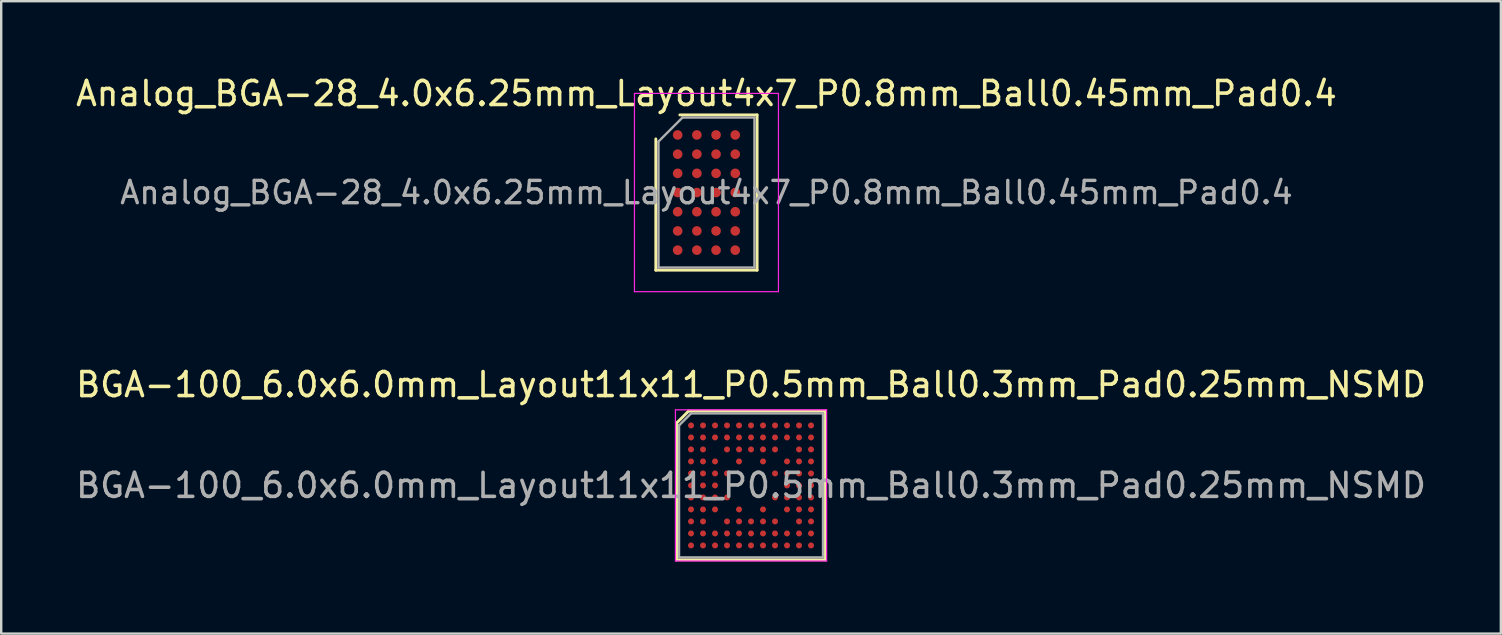
<source format=kicad_pcb>
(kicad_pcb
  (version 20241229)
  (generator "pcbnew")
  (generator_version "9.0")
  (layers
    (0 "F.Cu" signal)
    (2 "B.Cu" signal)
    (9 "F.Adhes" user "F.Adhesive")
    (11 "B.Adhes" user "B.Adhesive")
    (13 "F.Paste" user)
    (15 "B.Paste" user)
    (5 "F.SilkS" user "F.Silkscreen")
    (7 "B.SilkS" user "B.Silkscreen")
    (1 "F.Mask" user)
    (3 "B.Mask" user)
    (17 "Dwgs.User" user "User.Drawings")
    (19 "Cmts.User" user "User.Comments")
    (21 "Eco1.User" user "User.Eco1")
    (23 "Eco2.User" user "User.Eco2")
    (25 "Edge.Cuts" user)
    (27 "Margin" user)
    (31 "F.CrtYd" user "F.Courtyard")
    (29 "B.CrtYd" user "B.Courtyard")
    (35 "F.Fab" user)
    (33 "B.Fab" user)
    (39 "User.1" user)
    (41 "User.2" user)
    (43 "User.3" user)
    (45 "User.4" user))
  (footprint "Analog_BGA-28_4.0x6.25mm_Layout4x7_P0.8mm_Ball0.45mm_Pad0.4"
    (layer "F.Cu")
    (at 26.387 4.973)
    (property "Reference" "Analog_BGA-28_4.0x6.25mm_Layout4x7_P0.8mm_Ball0.45mm_Pad0.4" (at 0 -4.125 0) (layer "F.SilkS") (effects (font (size 1 1) (thickness 0.15))))
    (attr smd)
    (fp_line (start -2.11 3.235) (end -2.11 -2.235) (stroke (width 0.12) (type solid)) (layer "F.SilkS"))
    (fp_line (start -1.11 -3.235) (end 2.11 -3.235) (stroke (width 0.12) (type solid)) (layer "F.SilkS"))
    (fp_line (start 2.11 -3.235) (end 2.11 3.235) (stroke (width 0.12) (type solid)) (layer "F.SilkS"))
    (fp_line (start 2.11 3.235) (end -2.11 3.235) (stroke (width 0.12) (type solid)) (layer "F.SilkS"))
    (fp_line (start -3 -4.13) (end -3 4.13) (stroke (width 0.05) (type solid)) (layer "F.CrtYd"))
    (fp_line (start -3 4.13) (end 3 4.13) (stroke (width 0.05) (type solid)) (layer "F.CrtYd"))
    (fp_line (start 3 -4.13) (end -3 -4.13) (stroke (width 0.05) (type solid)) (layer "F.CrtYd"))
    (fp_line (start 3 4.13) (end 3 -4.13) (stroke (width 0.05) (type solid)) (layer "F.CrtYd"))
    (fp_line (start -2 -2.125) (end -1 -3.125) (stroke (width 0.1) (type solid)) (layer "F.Fab"))
    (fp_line (start -2 3.125) (end -2 -2.125) (stroke (width 0.1) (type solid)) (layer "F.Fab"))
    (fp_line (start -1 -3.125) (end 2 -3.125) (stroke (width 0.1) (type solid)) (layer "F.Fab"))
    (fp_line (start 2 -3.125) (end 2 3.125) (stroke (width 0.1) (type solid)) (layer "F.Fab"))
    (fp_line (start 2 3.125) (end -2 3.125) (stroke (width 0.1) (type solid)) (layer "F.Fab"))
    (fp_text user "${REFERENCE}" (at 0 0 0) (layer "F.Fab") (effects (font (size 0.93 0.93) (thickness 0.14))))
    (pad "A1" smd circle (at -1.2 -2.4) (size 0.4 0.4) (layers "F.Cu" "F.Mask" "F.Paste"))
    (pad "A2" smd circle (at -0.4 -2.4) (size 0.4 0.4) (layers "F.Cu" "F.Mask" "F.Paste"))
    (pad "A3" smd circle (at 0.4 -2.4) (size 0.4 0.4) (layers "F.Cu" "F.Mask" "F.Paste"))
    (pad "A4" smd circle (at 1.2 -2.4) (size 0.4 0.4) (layers "F.Cu" "F.Mask" "F.Paste"))
    (pad "B1" smd circle (at -1.2 -1.6) (size 0.4 0.4) (layers "F.Cu" "F.Mask" "F.Paste"))
    (pad "B2" smd circle (at -0.4 -1.6) (size 0.4 0.4) (layers "F.Cu" "F.Mask" "F.Paste"))
    (pad "B3" smd circle (at 0.4 -1.6) (size 0.4 0.4) (layers "F.Cu" "F.Mask" "F.Paste"))
    (pad "B4" smd circle (at 1.2 -1.6) (size 0.4 0.4) (layers "F.Cu" "F.Mask" "F.Paste"))
    (pad "C1" smd circle (at -1.2 -0.8) (size 0.4 0.4) (layers "F.Cu" "F.Mask" "F.Paste"))
    (pad "C2" smd circle (at -0.4 -0.8) (size 0.4 0.4) (layers "F.Cu" "F.Mask" "F.Paste"))
    (pad "C3" smd circle (at 0.4 -0.8) (size 0.4 0.4) (layers "F.Cu" "F.Mask" "F.Paste"))
    (pad "C4" smd circle (at 1.2 -0.8) (size 0.4 0.4) (layers "F.Cu" "F.Mask" "F.Paste"))
    (pad "D1" smd circle (at -1.2 0) (size 0.4 0.4) (layers "F.Cu" "F.Mask" "F.Paste"))
    (pad "D2" smd circle (at -0.4 0) (size 0.4 0.4) (layers "F.Cu" "F.Mask" "F.Paste"))
    (pad "D3" smd circle (at 0.4 0) (size 0.4 0.4) (layers "F.Cu" "F.Mask" "F.Paste"))
    (pad "D4" smd circle (at 1.2 0) (size 0.4 0.4) (layers "F.Cu" "F.Mask" "F.Paste"))
    (pad "E1" smd circle (at -1.2 0.8) (size 0.4 0.4) (layers "F.Cu" "F.Mask" "F.Paste"))
    (pad "E2" smd circle (at -0.4 0.8) (size 0.4 0.4) (layers "F.Cu" "F.Mask" "F.Paste"))
    (pad "E3" smd circle (at 0.4 0.8) (size 0.4 0.4) (layers "F.Cu" "F.Mask" "F.Paste"))
    (pad "E4" smd circle (at 1.2 0.8) (size 0.4 0.4) (layers "F.Cu" "F.Mask" "F.Paste"))
    (pad "F1" smd circle (at -1.2 1.6) (size 0.4 0.4) (layers "F.Cu" "F.Mask" "F.Paste"))
    (pad "F2" smd circle (at -0.4 1.6) (size 0.4 0.4) (layers "F.Cu" "F.Mask" "F.Paste"))
    (pad "F3" smd circle (at 0.4 1.6) (size 0.4 0.4) (layers "F.Cu" "F.Mask" "F.Paste"))
    (pad "F4" smd circle (at 1.2 1.6) (size 0.4 0.4) (layers "F.Cu" "F.Mask" "F.Paste"))
    (pad "G1" smd circle (at -1.2 2.4) (size 0.4 0.4) (layers "F.Cu" "F.Mask" "F.Paste"))
    (pad "G2" smd circle (at -0.4 2.4) (size 0.4 0.4) (layers "F.Cu" "F.Mask" "F.Paste"))
    (pad "G3" smd circle (at 0.4 2.4) (size 0.4 0.4) (layers "F.Cu" "F.Mask" "F.Paste"))
    (pad "G4" smd circle (at 1.2 2.4) (size 0.4 0.4) (layers "F.Cu" "F.Mask" "F.Paste")))
  (footprint "BGA-100_6.0x6.0mm_Layout11x11_P0.5mm_Ball0.3mm_Pad0.25mm_NSMD"
    (layer "F.Cu")
    (at 28.244 17.177)
    (property "Reference" "BGA-100_6.0x6.0mm_Layout11x11_P0.5mm_Ball0.3mm_Pad0.25mm_NSMD" (at 0 -4.2 0) (layer "F.SilkS") (effects (font (size 1 1) (thickness 0.15))))
    (attr smd)
    (fp_line (start -3.1 -2.6) (end -3.1 3.1) (stroke (width 0.12) (type solid)) (layer "F.SilkS"))
    (fp_line (start -3.1 3.1) (end 3.1 3.1) (stroke (width 0.12) (type solid)) (layer "F.SilkS"))
    (fp_line (start -2.6 -3.1) (end -3.1 -2.6) (stroke (width 0.12) (type solid)) (layer "F.SilkS"))
    (fp_line (start 3.1 -3.1) (end -2.6 -3.1) (stroke (width 0.12) (type solid)) (layer "F.SilkS"))
    (fp_line (start 3.1 3.1) (end 3.1 -3.1) (stroke (width 0.12) (type solid)) (layer "F.SilkS"))
    (fp_line (start -3.15 -3.15) (end 3.15 -3.15) (stroke (width 0.05) (type solid)) (layer "F.CrtYd"))
    (fp_line (start -3.15 3.15) (end -3.15 -3.15) (stroke (width 0.05) (type solid)) (layer "F.CrtYd"))
    (fp_line (start 3.15 -3.15) (end 3.15 3.15) (stroke (width 0.05) (type solid)) (layer "F.CrtYd"))
    (fp_line (start 3.15 3.15) (end -3.15 3.15) (stroke (width 0.05) (type solid)) (layer "F.CrtYd"))
    (fp_line (start -3 -2.5) (end -3 3) (stroke (width 0.1) (type solid)) (layer "F.Fab"))
    (fp_line (start -3 3) (end 3 3) (stroke (width 0.1) (type solid)) (layer "F.Fab"))
    (fp_line (start -2.5 -3) (end -3 -2.5) (stroke (width 0.1) (type solid)) (layer "F.Fab"))
    (fp_line (start 3 -3) (end -2.5 -3) (stroke (width 0.1) (type solid)) (layer "F.Fab"))
    (fp_line (start 3 3) (end 3 -3) (stroke (width 0.1) (type solid)) (layer "F.Fab"))
    (fp_text user "${REFERENCE}" (at 0 0 0) (layer "F.Fab") (effects (font (size 1 1) (thickness 0.15))))
    (pad "A1" smd circle (at -2.5 -2.5) (size 0.25 0.25) (layers "F.Cu" "F.Mask" "F.Paste"))
    (pad "A2" smd circle (at -2 -2.5) (size 0.25 0.25) (layers "F.Cu" "F.Mask" "F.Paste"))
    (pad "A3" smd circle (at -1.5 -2.5) (size 0.25 0.25) (layers "F.Cu" "F.Mask" "F.Paste"))
    (pad "A4" smd circle (at -1 -2.5) (size 0.25 0.25) (layers "F.Cu" "F.Mask" "F.Paste"))
    (pad "A5" smd circle (at -0.5 -2.5) (size 0.25 0.25) (layers "F.Cu" "F.Mask" "F.Paste"))
    (pad "A6" smd circle (at 0 -2.5) (size 0.25 0.25) (layers "F.Cu" "F.Mask" "F.Paste"))
    (pad "A7" smd circle (at 0.5 -2.5) (size 0.25 0.25) (layers "F.Cu" "F.Mask" "F.Paste"))
    (pad "A8" smd circle (at 1 -2.5) (size 0.25 0.25) (layers "F.Cu" "F.Mask" "F.Paste"))
    (pad "A9" smd circle (at 1.5 -2.5) (size 0.25 0.25) (layers "F.Cu" "F.Mask" "F.Paste"))
    (pad "A10" smd circle (at 2 -2.5) (size 0.25 0.25) (layers "F.Cu" "F.Mask" "F.Paste"))
    (pad "A11" smd circle (at 2.5 -2.5) (size 0.25 0.25) (layers "F.Cu" "F.Mask" "F.Paste"))
    (pad "B1" smd circle (at -2.5 -2) (size 0.25 0.25) (layers "F.Cu" "F.Mask" "F.Paste"))
    (pad "B2" smd circle (at -2 -2) (size 0.25 0.25) (layers "F.Cu" "F.Mask" "F.Paste"))
    (pad "B3" smd circle (at -1.5 -2) (size 0.25 0.25) (layers "F.Cu" "F.Mask" "F.Paste"))
    (pad "B4" smd circle (at -1 -2) (size 0.25 0.25) (layers "F.Cu" "F.Mask" "F.Paste"))
    (pad "B5" smd circle (at -0.5 -2) (size 0.25 0.25) (layers "F.Cu" "F.Mask" "F.Paste"))
    (pad "B6" smd circle (at 0 -2) (size 0.25 0.25) (layers "F.Cu" "F.Mask" "F.Paste"))
    (pad "B7" smd circle (at 0.5 -2) (size 0.25 0.25) (layers "F.Cu" "F.Mask" "F.Paste"))
    (pad "B8" smd circle (at 1 -2) (size 0.25 0.25) (layers "F.Cu" "F.Mask" "F.Paste"))
    (pad "B9" smd circle (at 1.5 -2) (size 0.25 0.25) (layers "F.Cu" "F.Mask" "F.Paste"))
    (pad "B10" smd circle (at 2 -2) (size 0.25 0.25) (layers "F.Cu" "F.Mask" "F.Paste"))
    (pad "B11" smd circle (at 2.5 -2) (size 0.25 0.25) (layers "F.Cu" "F.Mask" "F.Paste"))
    (pad "C1" smd circle (at -2.5 -1.5) (size 0.25 0.25) (layers "F.Cu" "F.Mask" "F.Paste"))
    (pad "C2" smd circle (at -2 -1.5) (size 0.25 0.25) (layers "F.Cu" "F.Mask" "F.Paste"))
    (pad "C4" smd circle (at -1 -1.5) (size 0.25 0.25) (layers "F.Cu" "F.Mask" "F.Paste"))
    (pad "C5" smd circle (at -0.5 -1.5) (size 0.25 0.25) (layers "F.Cu" "F.Mask" "F.Paste"))
    (pad "C6" smd circle (at 0 -1.5) (size 0.25 0.25) (layers "F.Cu" "F.Mask" "F.Paste"))
    (pad "C7" smd circle (at 0.5 -1.5) (size 0.25 0.25) (layers "F.Cu" "F.Mask" "F.Paste"))
    (pad "C8" smd circle (at 1 -1.5) (size 0.25 0.25) (layers "F.Cu" "F.Mask" "F.Paste"))
    (pad "C10" smd circle (at 2 -1.5) (size 0.25 0.25) (layers "F.Cu" "F.Mask" "F.Paste"))
    (pad "C11" smd circle (at 2.5 -1.5) (size 0.25 0.25) (layers "F.Cu" "F.Mask" "F.Paste"))
    (pad "D1" smd circle (at -2.5 -1) (size 0.25 0.25) (layers "F.Cu" "F.Mask" "F.Paste"))
    (pad "D2" smd circle (at -2 -1) (size 0.25 0.25) (layers "F.Cu" "F.Mask" "F.Paste"))
    (pad "D3" smd circle (at -1.5 -1) (size 0.25 0.25) (layers "F.Cu" "F.Mask" "F.Paste"))
    (pad "D5" smd circle (at -0.5 -1) (size 0.25 0.25) (layers "F.Cu" "F.Mask" "F.Paste"))
    (pad "D7" smd circle (at 0.5 -1) (size 0.25 0.25) (layers "F.Cu" "F.Mask" "F.Paste"))
    (pad "D9" smd circle (at 1.5 -1) (size 0.25 0.25) (layers "F.Cu" "F.Mask" "F.Paste"))
    (pad "D10" smd circle (at 2 -1) (size 0.25 0.25) (layers "F.Cu" "F.Mask" "F.Paste"))
    (pad "D11" smd circle (at 2.5 -1) (size 0.25 0.25) (layers "F.Cu" "F.Mask" "F.Paste"))
    (pad "E1" smd circle (at -2.5 -0.5) (size 0.25 0.25) (layers "F.Cu" "F.Mask" "F.Paste"))
    (pad "E2" smd circle (at -2 -0.5) (size 0.25 0.25) (layers "F.Cu" "F.Mask" "F.Paste"))
    (pad "E3" smd circle (at -1.5 -0.5) (size 0.25 0.25) (layers "F.Cu" "F.Mask" "F.Paste"))
    (pad "E4" smd circle (at -1 -0.5) (size 0.25 0.25) (layers "F.Cu" "F.Mask" "F.Paste"))
    (pad "E8" smd circle (at 1 -0.5) (size 0.25 0.25) (layers "F.Cu" "F.Mask" "F.Paste"))
    (pad "E9" smd circle (at 1.5 -0.5) (size 0.25 0.25) (layers "F.Cu" "F.Mask" "F.Paste"))
    (pad "E10" smd circle (at 2 -0.5) (size 0.25 0.25) (layers "F.Cu" "F.Mask" "F.Paste"))
    (pad "E11" smd circle (at 2.5 -0.5) (size 0.25 0.25) (layers "F.Cu" "F.Mask" "F.Paste"))
    (pad "F1" smd circle (at -2.5 0) (size 0.25 0.25) (layers "F.Cu" "F.Mask" "F.Paste"))
    (pad "F2" smd circle (at -2 0) (size 0.25 0.25) (layers "F.Cu" "F.Mask" "F.Paste"))
    (pad "F3" smd circle (at -1.5 0) (size 0.25 0.25) (layers "F.Cu" "F.Mask" "F.Paste"))
    (pad "F9" smd circle (at 1.5 0) (size 0.25 0.25) (layers "F.Cu" "F.Mask" "F.Paste"))
    (pad "F10" smd circle (at 2 0) (size 0.25 0.25) (layers "F.Cu" "F.Mask" "F.Paste"))
    (pad "F11" smd circle (at 2.5 0) (size 0.25 0.25) (layers "F.Cu" "F.Mask" "F.Paste"))
    (pad "G1" smd circle (at -2.5 0.5) (size 0.25 0.25) (layers "F.Cu" "F.Mask" "F.Paste"))
    (pad "G2" smd circle (at -2 0.5) (size 0.25 0.25) (layers "F.Cu" "F.Mask" "F.Paste"))
    (pad "G3" smd circle (at -1.5 0.5) (size 0.25 0.25) (layers "F.Cu" "F.Mask" "F.Paste"))
    (pad "G4" smd circle (at -1 0.5) (size 0.25 0.25) (layers "F.Cu" "F.Mask" "F.Paste"))
    (pad "G8" smd circle (at 1 0.5) (size 0.25 0.25) (layers "F.Cu" "F.Mask" "F.Paste"))
    (pad "G9" smd circle (at 1.5 0.5) (size 0.25 0.25) (layers "F.Cu" "F.Mask" "F.Paste"))
    (pad "G10" smd circle (at 2 0.5) (size 0.25 0.25) (layers "F.Cu" "F.Mask" "F.Paste"))
    (pad "G11" smd circle (at 2.5 0.5) (size 0.25 0.25) (layers "F.Cu" "F.Mask" "F.Paste"))
    (pad "H1" smd circle (at -2.5 1) (size 0.25 0.25) (layers "F.Cu" "F.Mask" "F.Paste"))
    (pad "H2" smd circle (at -2 1) (size 0.25 0.25) (layers "F.Cu" "F.Mask" "F.Paste"))
    (pad "H3" smd circle (at -1.5 1) (size 0.25 0.25) (layers "F.Cu" "F.Mask" "F.Paste"))
    (pad "H5" smd circle (at -0.5 1) (size 0.25 0.25) (layers "F.Cu" "F.Mask" "F.Paste"))
    (pad "H7" smd circle (at 0.5 1) (size 0.25 0.25) (layers "F.Cu" "F.Mask" "F.Paste"))
    (pad "H9" smd circle (at 1.5 1) (size 0.25 0.25) (layers "F.Cu" "F.Mask" "F.Paste"))
    (pad "H10" smd circle (at 2 1) (size 0.25 0.25) (layers "F.Cu" "F.Mask" "F.Paste"))
    (pad "H11" smd circle (at 2.5 1) (size 0.25 0.25) (layers "F.Cu" "F.Mask" "F.Paste"))
    (pad "J1" smd circle (at -2.5 1.5) (size 0.25 0.25) (layers "F.Cu" "F.Mask" "F.Paste"))
    (pad "J2" smd circle (at -2 1.5) (size 0.25 0.25) (layers "F.Cu" "F.Mask" "F.Paste"))
    (pad "J4" smd circle (at -1 1.5) (size 0.25 0.25) (layers "F.Cu" "F.Mask" "F.Paste"))
    (pad "J5" smd circle (at -0.5 1.5) (size 0.25 0.25) (layers "F.Cu" "F.Mask" "F.Paste"))
    (pad "J6" smd circle (at 0 1.5) (size 0.25 0.25) (layers "F.Cu" "F.Mask" "F.Paste"))
    (pad "J7" smd circle (at 0.5 1.5) (size 0.25 0.25) (layers "F.Cu" "F.Mask" "F.Paste"))
    (pad "J8" smd circle (at 1 1.5) (size 0.25 0.25) (layers "F.Cu" "F.Mask" "F.Paste"))
    (pad "J10" smd circle (at 2 1.5) (size 0.25 0.25) (layers "F.Cu" "F.Mask" "F.Paste"))
    (pad "J11" smd circle (at 2.5 1.5) (size 0.25 0.25) (layers "F.Cu" "F.Mask" "F.Paste"))
    (pad "K1" smd circle (at -2.5 2) (size 0.25 0.25) (layers "F.Cu" "F.Mask" "F.Paste"))
    (pad "K2" smd circle (at -2 2) (size 0.25 0.25) (layers "F.Cu" "F.Mask" "F.Paste"))
    (pad "K3" smd circle (at -1.5 2) (size 0.25 0.25) (layers "F.Cu" "F.Mask" "F.Paste"))
    (pad "K4" smd circle (at -1 2) (size 0.25 0.25) (layers "F.Cu" "F.Mask" "F.Paste"))
    (pad "K5" smd circle (at -0.5 2) (size 0.25 0.25) (layers "F.Cu" "F.Mask" "F.Paste"))
    (pad "K6" smd circle (at 0 2) (size 0.25 0.25) (layers "F.Cu" "F.Mask" "F.Paste"))
    (pad "K7" smd circle (at 0.5 2) (size 0.25 0.25) (layers "F.Cu" "F.Mask" "F.Paste"))
    (pad "K8" smd circle (at 1 2) (size 0.25 0.25) (layers "F.Cu" "F.Mask" "F.Paste"))
    (pad "K9" smd circle (at 1.5 2) (size 0.25 0.25) (layers "F.Cu" "F.Mask" "F.Paste"))
    (pad "K10" smd circle (at 2 2) (size 0.25 0.25) (layers "F.Cu" "F.Mask" "F.Paste"))
    (pad "K11" smd circle (at 2.5 2) (size 0.25 0.25) (layers "F.Cu" "F.Mask" "F.Paste"))
    (pad "L1" smd circle (at -2.5 2.5) (size 0.25 0.25) (layers "F.Cu" "F.Mask" "F.Paste"))
    (pad "L2" smd circle (at -2 2.5) (size 0.25 0.25) (layers "F.Cu" "F.Mask" "F.Paste"))
    (pad "L3" smd circle (at -1.5 2.5) (size 0.25 0.25) (layers "F.Cu" "F.Mask" "F.Paste"))
    (pad "L4" smd circle (at -1 2.5) (size 0.25 0.25) (layers "F.Cu" "F.Mask" "F.Paste"))
    (pad "L5" smd circle (at -0.5 2.5) (size 0.25 0.25) (layers "F.Cu" "F.Mask" "F.Paste"))
    (pad "L6" smd circle (at 0 2.5) (size 0.25 0.25) (layers "F.Cu" "F.Mask" "F.Paste"))
    (pad "L7" smd circle (at 0.5 2.5) (size 0.25 0.25) (layers "F.Cu" "F.Mask" "F.Paste"))
    (pad "L8" smd circle (at 1 2.5) (size 0.25 0.25) (layers "F.Cu" "F.Mask" "F.Paste"))
    (pad "L9" smd circle (at 1.5 2.5) (size 0.25 0.25) (layers "F.Cu" "F.Mask" "F.Paste"))
    (pad "L10" smd circle (at 2 2.5) (size 0.25 0.25) (layers "F.Cu" "F.Mask" "F.Paste"))
    (pad "L11" smd circle (at 2.5 2.5) (size 0.25 0.25) (layers "F.Cu" "F.Mask" "F.Paste")))
  (gr_rect
    (start -3 -3)
    (end 59.488 23.352)
    (stroke (width 0.1) (type default))
    (fill no)
    (layer "Edge.Cuts")))
</source>
